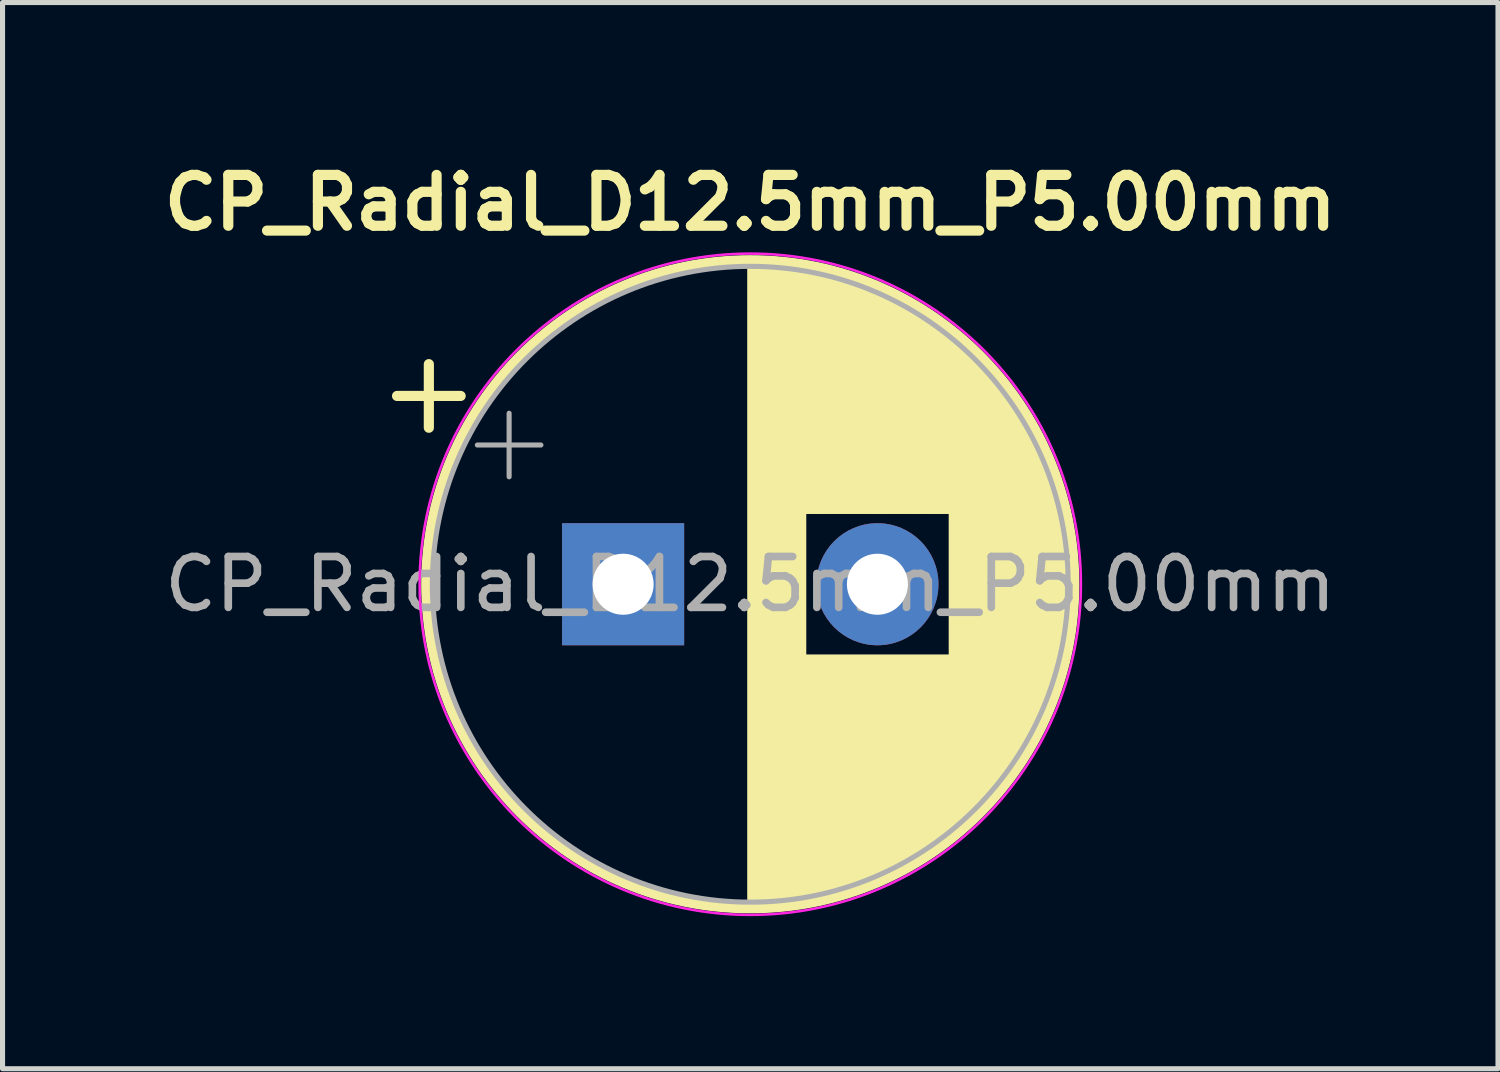
<source format=kicad_pcb>
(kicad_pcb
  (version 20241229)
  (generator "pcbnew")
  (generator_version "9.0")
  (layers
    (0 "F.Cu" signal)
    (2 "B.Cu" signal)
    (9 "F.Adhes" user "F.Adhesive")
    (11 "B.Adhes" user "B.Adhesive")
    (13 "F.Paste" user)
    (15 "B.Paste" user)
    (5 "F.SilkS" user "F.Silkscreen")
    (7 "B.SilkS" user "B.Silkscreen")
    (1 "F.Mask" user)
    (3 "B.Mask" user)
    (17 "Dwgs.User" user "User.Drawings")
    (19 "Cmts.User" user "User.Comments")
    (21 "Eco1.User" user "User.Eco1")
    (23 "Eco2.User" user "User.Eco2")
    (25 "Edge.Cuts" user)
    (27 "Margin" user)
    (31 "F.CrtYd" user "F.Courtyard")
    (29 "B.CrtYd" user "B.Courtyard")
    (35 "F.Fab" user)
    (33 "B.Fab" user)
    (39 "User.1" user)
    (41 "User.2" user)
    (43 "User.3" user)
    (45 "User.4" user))
  (footprint "CP_Radial_D12.5mm_P5.00mm"
    (layer "F.Cu")
    (at 9.2 8.436)
    (property "Reference" "CP_Radial_D12.5mm_P5.00mm" (at 2.5 -7.5 0) (layer "F.SilkS") (effects (font (size 1 1) (thickness 0.2))))
    (attr through_hole)
    (fp_line (start -4.444 -3.702) (end -3.194 -3.702) (stroke (width 0.2) (type solid)) (layer "F.SilkS"))
    (fp_line (start -3.819 -4.327) (end -3.819 -3.077) (stroke (width 0.2) (type solid)) (layer "F.SilkS"))
    (fp_line (start 2.5 -6.33) (end 2.5 6.33) (stroke (width 0.12) (type solid)) (layer "F.SilkS"))
    (fp_line (start 2.54 -6.33) (end 2.54 6.33) (stroke (width 0.12) (type solid)) (layer "F.SilkS"))
    (fp_line (start 2.58 -6.33) (end 2.58 6.33) (stroke (width 0.12) (type solid)) (layer "F.SilkS"))
    (fp_line (start 2.62 -6.329) (end 2.62 6.329) (stroke (width 0.12) (type solid)) (layer "F.SilkS"))
    (fp_line (start 2.66 -6.328) (end 2.66 6.328) (stroke (width 0.12) (type solid)) (layer "F.SilkS"))
    (fp_line (start 2.7 -6.327) (end 2.7 6.327) (stroke (width 0.12) (type solid)) (layer "F.SilkS"))
    (fp_line (start 2.74 -6.326) (end 2.74 6.326) (stroke (width 0.12) (type solid)) (layer "F.SilkS"))
    (fp_line (start 2.78 -6.324) (end 2.78 6.324) (stroke (width 0.12) (type solid)) (layer "F.SilkS"))
    (fp_line (start 2.82 -6.322) (end 2.82 6.322) (stroke (width 0.12) (type solid)) (layer "F.SilkS"))
    (fp_line (start 2.86 -6.32) (end 2.86 6.32) (stroke (width 0.12) (type solid)) (layer "F.SilkS"))
    (fp_line (start 2.9 -6.318) (end 2.9 6.318) (stroke (width 0.12) (type solid)) (layer "F.SilkS"))
    (fp_line (start 2.94 -6.315) (end 2.94 6.315) (stroke (width 0.12) (type solid)) (layer "F.SilkS"))
    (fp_line (start 2.98 -6.312) (end 2.98 6.312) (stroke (width 0.12) (type solid)) (layer "F.SilkS"))
    (fp_line (start 3.02 -6.309) (end 3.02 6.309) (stroke (width 0.12) (type solid)) (layer "F.SilkS"))
    (fp_line (start 3.06 -6.306) (end 3.06 6.306) (stroke (width 0.12) (type solid)) (layer "F.SilkS"))
    (fp_line (start 3.1 -6.302) (end 3.1 6.302) (stroke (width 0.12) (type solid)) (layer "F.SilkS"))
    (fp_line (start 3.14 -6.298) (end 3.14 6.298) (stroke (width 0.12) (type solid)) (layer "F.SilkS"))
    (fp_line (start 3.18 -6.294) (end 3.18 6.294) (stroke (width 0.12) (type solid)) (layer "F.SilkS"))
    (fp_line (start 3.221 -6.29) (end 3.221 6.29) (stroke (width 0.12) (type solid)) (layer "F.SilkS"))
    (fp_line (start 3.261 -6.285) (end 3.261 6.285) (stroke (width 0.12) (type solid)) (layer "F.SilkS"))
    (fp_line (start 3.301 -6.28) (end 3.301 6.28) (stroke (width 0.12) (type solid)) (layer "F.SilkS"))
    (fp_line (start 3.341 -6.275) (end 3.341 6.275) (stroke (width 0.12) (type solid)) (layer "F.SilkS"))
    (fp_line (start 3.381 -6.269) (end 3.381 6.269) (stroke (width 0.12) (type solid)) (layer "F.SilkS"))
    (fp_line (start 3.421 -6.264) (end 3.421 6.264) (stroke (width 0.12) (type solid)) (layer "F.SilkS"))
    (fp_line (start 3.461 -6.258) (end 3.461 6.258) (stroke (width 0.12) (type solid)) (layer "F.SilkS"))
    (fp_line (start 3.501 -6.252) (end 3.501 6.252) (stroke (width 0.12) (type solid)) (layer "F.SilkS"))
    (fp_line (start 3.541 -6.245) (end 3.541 6.245) (stroke (width 0.12) (type solid)) (layer "F.SilkS"))
    (fp_line (start 3.581 -6.238) (end 3.581 -1.44) (stroke (width 0.12) (type solid)) (layer "F.SilkS"))
    (fp_line (start 3.581 1.44) (end 3.581 6.238) (stroke (width 0.12) (type solid)) (layer "F.SilkS"))
    (fp_line (start 3.621 -6.231) (end 3.621 -1.44) (stroke (width 0.12) (type solid)) (layer "F.SilkS"))
    (fp_line (start 3.621 1.44) (end 3.621 6.231) (stroke (width 0.12) (type solid)) (layer "F.SilkS"))
    (fp_line (start 3.661 -6.224) (end 3.661 -1.44) (stroke (width 0.12) (type solid)) (layer "F.SilkS"))
    (fp_line (start 3.661 1.44) (end 3.661 6.224) (stroke (width 0.12) (type solid)) (layer "F.SilkS"))
    (fp_line (start 3.701 -6.216) (end 3.701 -1.44) (stroke (width 0.12) (type solid)) (layer "F.SilkS"))
    (fp_line (start 3.701 1.44) (end 3.701 6.216) (stroke (width 0.12) (type solid)) (layer "F.SilkS"))
    (fp_line (start 3.741 -6.209) (end 3.741 -1.44) (stroke (width 0.12) (type solid)) (layer "F.SilkS"))
    (fp_line (start 3.741 1.44) (end 3.741 6.209) (stroke (width 0.12) (type solid)) (layer "F.SilkS"))
    (fp_line (start 3.781 -6.201) (end 3.781 -1.44) (stroke (width 0.12) (type solid)) (layer "F.SilkS"))
    (fp_line (start 3.781 1.44) (end 3.781 6.201) (stroke (width 0.12) (type solid)) (layer "F.SilkS"))
    (fp_line (start 3.821 -6.192) (end 3.821 -1.44) (stroke (width 0.12) (type solid)) (layer "F.SilkS"))
    (fp_line (start 3.821 1.44) (end 3.821 6.192) (stroke (width 0.12) (type solid)) (layer "F.SilkS"))
    (fp_line (start 3.861 -6.184) (end 3.861 -1.44) (stroke (width 0.12) (type solid)) (layer "F.SilkS"))
    (fp_line (start 3.861 1.44) (end 3.861 6.184) (stroke (width 0.12) (type solid)) (layer "F.SilkS"))
    (fp_line (start 3.901 -6.175) (end 3.901 -1.44) (stroke (width 0.12) (type solid)) (layer "F.SilkS"))
    (fp_line (start 3.901 1.44) (end 3.901 6.175) (stroke (width 0.12) (type solid)) (layer "F.SilkS"))
    (fp_line (start 3.941 -6.166) (end 3.941 -1.44) (stroke (width 0.12) (type solid)) (layer "F.SilkS"))
    (fp_line (start 3.941 1.44) (end 3.941 6.166) (stroke (width 0.12) (type solid)) (layer "F.SilkS"))
    (fp_line (start 3.981 -6.156) (end 3.981 -1.44) (stroke (width 0.12) (type solid)) (layer "F.SilkS"))
    (fp_line (start 3.981 1.44) (end 3.981 6.156) (stroke (width 0.12) (type solid)) (layer "F.SilkS"))
    (fp_line (start 4.021 -6.146) (end 4.021 -1.44) (stroke (width 0.12) (type solid)) (layer "F.SilkS"))
    (fp_line (start 4.021 1.44) (end 4.021 6.146) (stroke (width 0.12) (type solid)) (layer "F.SilkS"))
    (fp_line (start 4.061 -6.137) (end 4.061 -1.44) (stroke (width 0.12) (type solid)) (layer "F.SilkS"))
    (fp_line (start 4.061 1.44) (end 4.061 6.137) (stroke (width 0.12) (type solid)) (layer "F.SilkS"))
    (fp_line (start 4.101 -6.126) (end 4.101 -1.44) (stroke (width 0.12) (type solid)) (layer "F.SilkS"))
    (fp_line (start 4.101 1.44) (end 4.101 6.126) (stroke (width 0.12) (type solid)) (layer "F.SilkS"))
    (fp_line (start 4.141 -6.116) (end 4.141 -1.44) (stroke (width 0.12) (type solid)) (layer "F.SilkS"))
    (fp_line (start 4.141 1.44) (end 4.141 6.116) (stroke (width 0.12) (type solid)) (layer "F.SilkS"))
    (fp_line (start 4.181 -6.105) (end 4.181 -1.44) (stroke (width 0.12) (type solid)) (layer "F.SilkS"))
    (fp_line (start 4.181 1.44) (end 4.181 6.105) (stroke (width 0.12) (type solid)) (layer "F.SilkS"))
    (fp_line (start 4.221 -6.094) (end 4.221 -1.44) (stroke (width 0.12) (type solid)) (layer "F.SilkS"))
    (fp_line (start 4.221 1.44) (end 4.221 6.094) (stroke (width 0.12) (type solid)) (layer "F.SilkS"))
    (fp_line (start 4.261 -6.083) (end 4.261 -1.44) (stroke (width 0.12) (type solid)) (layer "F.SilkS"))
    (fp_line (start 4.261 1.44) (end 4.261 6.083) (stroke (width 0.12) (type solid)) (layer "F.SilkS"))
    (fp_line (start 4.301 -6.071) (end 4.301 -1.44) (stroke (width 0.12) (type solid)) (layer "F.SilkS"))
    (fp_line (start 4.301 1.44) (end 4.301 6.071) (stroke (width 0.12) (type solid)) (layer "F.SilkS"))
    (fp_line (start 4.341 -6.059) (end 4.341 -1.44) (stroke (width 0.12) (type solid)) (layer "F.SilkS"))
    (fp_line (start 4.341 1.44) (end 4.341 6.059) (stroke (width 0.12) (type solid)) (layer "F.SilkS"))
    (fp_line (start 4.381 -6.047) (end 4.381 -1.44) (stroke (width 0.12) (type solid)) (layer "F.SilkS"))
    (fp_line (start 4.381 1.44) (end 4.381 6.047) (stroke (width 0.12) (type solid)) (layer "F.SilkS"))
    (fp_line (start 4.421 -6.034) (end 4.421 -1.44) (stroke (width 0.12) (type solid)) (layer "F.SilkS"))
    (fp_line (start 4.421 1.44) (end 4.421 6.034) (stroke (width 0.12) (type solid)) (layer "F.SilkS"))
    (fp_line (start 4.461 -6.021) (end 4.461 -1.44) (stroke (width 0.12) (type solid)) (layer "F.SilkS"))
    (fp_line (start 4.461 1.44) (end 4.461 6.021) (stroke (width 0.12) (type solid)) (layer "F.SilkS"))
    (fp_line (start 4.501 -6.008) (end 4.501 -1.44) (stroke (width 0.12) (type solid)) (layer "F.SilkS"))
    (fp_line (start 4.501 1.44) (end 4.501 6.008) (stroke (width 0.12) (type solid)) (layer "F.SilkS"))
    (fp_line (start 4.541 -5.995) (end 4.541 -1.44) (stroke (width 0.12) (type solid)) (layer "F.SilkS"))
    (fp_line (start 4.541 1.44) (end 4.541 5.995) (stroke (width 0.12) (type solid)) (layer "F.SilkS"))
    (fp_line (start 4.581 -5.981) (end 4.581 -1.44) (stroke (width 0.12) (type solid)) (layer "F.SilkS"))
    (fp_line (start 4.581 1.44) (end 4.581 5.981) (stroke (width 0.12) (type solid)) (layer "F.SilkS"))
    (fp_line (start 4.621 -5.967) (end 4.621 -1.44) (stroke (width 0.12) (type solid)) (layer "F.SilkS"))
    (fp_line (start 4.621 1.44) (end 4.621 5.967) (stroke (width 0.12) (type solid)) (layer "F.SilkS"))
    (fp_line (start 4.661 -5.953) (end 4.661 -1.44) (stroke (width 0.12) (type solid)) (layer "F.SilkS"))
    (fp_line (start 4.661 1.44) (end 4.661 5.953) (stroke (width 0.12) (type solid)) (layer "F.SilkS"))
    (fp_line (start 4.701 -5.939) (end 4.701 -1.44) (stroke (width 0.12) (type solid)) (layer "F.SilkS"))
    (fp_line (start 4.701 1.44) (end 4.701 5.939) (stroke (width 0.12) (type solid)) (layer "F.SilkS"))
    (fp_line (start 4.741 -5.924) (end 4.741 -1.44) (stroke (width 0.12) (type solid)) (layer "F.SilkS"))
    (fp_line (start 4.741 1.44) (end 4.741 5.924) (stroke (width 0.12) (type solid)) (layer "F.SilkS"))
    (fp_line (start 4.781 -5.908) (end 4.781 -1.44) (stroke (width 0.12) (type solid)) (layer "F.SilkS"))
    (fp_line (start 4.781 1.44) (end 4.781 5.908) (stroke (width 0.12) (type solid)) (layer "F.SilkS"))
    (fp_line (start 4.821 -5.893) (end 4.821 -1.44) (stroke (width 0.12) (type solid)) (layer "F.SilkS"))
    (fp_line (start 4.821 1.44) (end 4.821 5.893) (stroke (width 0.12) (type solid)) (layer "F.SilkS"))
    (fp_line (start 4.861 -5.877) (end 4.861 -1.44) (stroke (width 0.12) (type solid)) (layer "F.SilkS"))
    (fp_line (start 4.861 1.44) (end 4.861 5.877) (stroke (width 0.12) (type solid)) (layer "F.SilkS"))
    (fp_line (start 4.901 -5.861) (end 4.901 -1.44) (stroke (width 0.12) (type solid)) (layer "F.SilkS"))
    (fp_line (start 4.901 1.44) (end 4.901 5.861) (stroke (width 0.12) (type solid)) (layer "F.SilkS"))
    (fp_line (start 4.941 -5.845) (end 4.941 -1.44) (stroke (width 0.12) (type solid)) (layer "F.SilkS"))
    (fp_line (start 4.941 1.44) (end 4.941 5.845) (stroke (width 0.12) (type solid)) (layer "F.SilkS"))
    (fp_line (start 4.981 -5.828) (end 4.981 -1.44) (stroke (width 0.12) (type solid)) (layer "F.SilkS"))
    (fp_line (start 4.981 1.44) (end 4.981 5.828) (stroke (width 0.12) (type solid)) (layer "F.SilkS"))
    (fp_line (start 5.021 -5.811) (end 5.021 -1.44) (stroke (width 0.12) (type solid)) (layer "F.SilkS"))
    (fp_line (start 5.021 1.44) (end 5.021 5.811) (stroke (width 0.12) (type solid)) (layer "F.SilkS"))
    (fp_line (start 5.061 -5.793) (end 5.061 -1.44) (stroke (width 0.12) (type solid)) (layer "F.SilkS"))
    (fp_line (start 5.061 1.44) (end 5.061 5.793) (stroke (width 0.12) (type solid)) (layer "F.SilkS"))
    (fp_line (start 5.101 -5.776) (end 5.101 -1.44) (stroke (width 0.12) (type solid)) (layer "F.SilkS"))
    (fp_line (start 5.101 1.44) (end 5.101 5.776) (stroke (width 0.12) (type solid)) (layer "F.SilkS"))
    (fp_line (start 5.141 -5.758) (end 5.141 -1.44) (stroke (width 0.12) (type solid)) (layer "F.SilkS"))
    (fp_line (start 5.141 1.44) (end 5.141 5.758) (stroke (width 0.12) (type solid)) (layer "F.SilkS"))
    (fp_line (start 5.181 -5.739) (end 5.181 -1.44) (stroke (width 0.12) (type solid)) (layer "F.SilkS"))
    (fp_line (start 5.181 1.44) (end 5.181 5.739) (stroke (width 0.12) (type solid)) (layer "F.SilkS"))
    (fp_line (start 5.221 -5.721) (end 5.221 -1.44) (stroke (width 0.12) (type solid)) (layer "F.SilkS"))
    (fp_line (start 5.221 1.44) (end 5.221 5.721) (stroke (width 0.12) (type solid)) (layer "F.SilkS"))
    (fp_line (start 5.261 -5.702) (end 5.261 -1.44) (stroke (width 0.12) (type solid)) (layer "F.SilkS"))
    (fp_line (start 5.261 1.44) (end 5.261 5.702) (stroke (width 0.12) (type solid)) (layer "F.SilkS"))
    (fp_line (start 5.301 -5.682) (end 5.301 -1.44) (stroke (width 0.12) (type solid)) (layer "F.SilkS"))
    (fp_line (start 5.301 1.44) (end 5.301 5.682) (stroke (width 0.12) (type solid)) (layer "F.SilkS"))
    (fp_line (start 5.341 -5.662) (end 5.341 -1.44) (stroke (width 0.12) (type solid)) (layer "F.SilkS"))
    (fp_line (start 5.341 1.44) (end 5.341 5.662) (stroke (width 0.12) (type solid)) (layer "F.SilkS"))
    (fp_line (start 5.381 -5.642) (end 5.381 -1.44) (stroke (width 0.12) (type solid)) (layer "F.SilkS"))
    (fp_line (start 5.381 1.44) (end 5.381 5.642) (stroke (width 0.12) (type solid)) (layer "F.SilkS"))
    (fp_line (start 5.421 -5.622) (end 5.421 -1.44) (stroke (width 0.12) (type solid)) (layer "F.SilkS"))
    (fp_line (start 5.421 1.44) (end 5.421 5.622) (stroke (width 0.12) (type solid)) (layer "F.SilkS"))
    (fp_line (start 5.461 -5.601) (end 5.461 -1.44) (stroke (width 0.12) (type solid)) (layer "F.SilkS"))
    (fp_line (start 5.461 1.44) (end 5.461 5.601) (stroke (width 0.12) (type solid)) (layer "F.SilkS"))
    (fp_line (start 5.501 -5.58) (end 5.501 -1.44) (stroke (width 0.12) (type solid)) (layer "F.SilkS"))
    (fp_line (start 5.501 1.44) (end 5.501 5.58) (stroke (width 0.12) (type solid)) (layer "F.SilkS"))
    (fp_line (start 5.541 -5.558) (end 5.541 -1.44) (stroke (width 0.12) (type solid)) (layer "F.SilkS"))
    (fp_line (start 5.541 1.44) (end 5.541 5.558) (stroke (width 0.12) (type solid)) (layer "F.SilkS"))
    (fp_line (start 5.581 -5.536) (end 5.581 -1.44) (stroke (width 0.12) (type solid)) (layer "F.SilkS"))
    (fp_line (start 5.581 1.44) (end 5.581 5.536) (stroke (width 0.12) (type solid)) (layer "F.SilkS"))
    (fp_line (start 5.621 -5.514) (end 5.621 -1.44) (stroke (width 0.12) (type solid)) (layer "F.SilkS"))
    (fp_line (start 5.621 1.44) (end 5.621 5.514) (stroke (width 0.12) (type solid)) (layer "F.SilkS"))
    (fp_line (start 5.661 -5.491) (end 5.661 -1.44) (stroke (width 0.12) (type solid)) (layer "F.SilkS"))
    (fp_line (start 5.661 1.44) (end 5.661 5.491) (stroke (width 0.12) (type solid)) (layer "F.SilkS"))
    (fp_line (start 5.701 -5.468) (end 5.701 -1.44) (stroke (width 0.12) (type solid)) (layer "F.SilkS"))
    (fp_line (start 5.701 1.44) (end 5.701 5.468) (stroke (width 0.12) (type solid)) (layer "F.SilkS"))
    (fp_line (start 5.741 -5.445) (end 5.741 -1.44) (stroke (width 0.12) (type solid)) (layer "F.SilkS"))
    (fp_line (start 5.741 1.44) (end 5.741 5.445) (stroke (width 0.12) (type solid)) (layer "F.SilkS"))
    (fp_line (start 5.781 -5.421) (end 5.781 -1.44) (stroke (width 0.12) (type solid)) (layer "F.SilkS"))
    (fp_line (start 5.781 1.44) (end 5.781 5.421) (stroke (width 0.12) (type solid)) (layer "F.SilkS"))
    (fp_line (start 5.821 -5.397) (end 5.821 -1.44) (stroke (width 0.12) (type solid)) (layer "F.SilkS"))
    (fp_line (start 5.821 1.44) (end 5.821 5.397) (stroke (width 0.12) (type solid)) (layer "F.SilkS"))
    (fp_line (start 5.861 -5.372) (end 5.861 -1.44) (stroke (width 0.12) (type solid)) (layer "F.SilkS"))
    (fp_line (start 5.861 1.44) (end 5.861 5.372) (stroke (width 0.12) (type solid)) (layer "F.SilkS"))
    (fp_line (start 5.901 -5.347) (end 5.901 -1.44) (stroke (width 0.12) (type solid)) (layer "F.SilkS"))
    (fp_line (start 5.901 1.44) (end 5.901 5.347) (stroke (width 0.12) (type solid)) (layer "F.SilkS"))
    (fp_line (start 5.941 -5.322) (end 5.941 -1.44) (stroke (width 0.12) (type solid)) (layer "F.SilkS"))
    (fp_line (start 5.941 1.44) (end 5.941 5.322) (stroke (width 0.12) (type solid)) (layer "F.SilkS"))
    (fp_line (start 5.981 -5.296) (end 5.981 -1.44) (stroke (width 0.12) (type solid)) (layer "F.SilkS"))
    (fp_line (start 5.981 1.44) (end 5.981 5.296) (stroke (width 0.12) (type solid)) (layer "F.SilkS"))
    (fp_line (start 6.021 -5.27) (end 6.021 -1.44) (stroke (width 0.12) (type solid)) (layer "F.SilkS"))
    (fp_line (start 6.021 1.44) (end 6.021 5.27) (stroke (width 0.12) (type solid)) (layer "F.SilkS"))
    (fp_line (start 6.061 -5.243) (end 6.061 -1.44) (stroke (width 0.12) (type solid)) (layer "F.SilkS"))
    (fp_line (start 6.061 1.44) (end 6.061 5.243) (stroke (width 0.12) (type solid)) (layer "F.SilkS"))
    (fp_line (start 6.101 -5.216) (end 6.101 -1.44) (stroke (width 0.12) (type solid)) (layer "F.SilkS"))
    (fp_line (start 6.101 1.44) (end 6.101 5.216) (stroke (width 0.12) (type solid)) (layer "F.SilkS"))
    (fp_line (start 6.141 -5.188) (end 6.141 -1.44) (stroke (width 0.12) (type solid)) (layer "F.SilkS"))
    (fp_line (start 6.141 1.44) (end 6.141 5.188) (stroke (width 0.12) (type solid)) (layer "F.SilkS"))
    (fp_line (start 6.181 -5.16) (end 6.181 -1.44) (stroke (width 0.12) (type solid)) (layer "F.SilkS"))
    (fp_line (start 6.181 1.44) (end 6.181 5.16) (stroke (width 0.12) (type solid)) (layer "F.SilkS"))
    (fp_line (start 6.221 -5.131) (end 6.221 -1.44) (stroke (width 0.12) (type solid)) (layer "F.SilkS"))
    (fp_line (start 6.221 1.44) (end 6.221 5.131) (stroke (width 0.12) (type solid)) (layer "F.SilkS"))
    (fp_line (start 6.261 -5.102) (end 6.261 -1.44) (stroke (width 0.12) (type solid)) (layer "F.SilkS"))
    (fp_line (start 6.261 1.44) (end 6.261 5.102) (stroke (width 0.12) (type solid)) (layer "F.SilkS"))
    (fp_line (start 6.301 -5.073) (end 6.301 -1.44) (stroke (width 0.12) (type solid)) (layer "F.SilkS"))
    (fp_line (start 6.301 1.44) (end 6.301 5.073) (stroke (width 0.12) (type solid)) (layer "F.SilkS"))
    (fp_line (start 6.341 -5.043) (end 6.341 -1.44) (stroke (width 0.12) (type solid)) (layer "F.SilkS"))
    (fp_line (start 6.341 1.44) (end 6.341 5.043) (stroke (width 0.12) (type solid)) (layer "F.SilkS"))
    (fp_line (start 6.381 -5.012) (end 6.381 -1.44) (stroke (width 0.12) (type solid)) (layer "F.SilkS"))
    (fp_line (start 6.381 1.44) (end 6.381 5.012) (stroke (width 0.12) (type solid)) (layer "F.SilkS"))
    (fp_line (start 6.421 -4.982) (end 6.421 -1.44) (stroke (width 0.12) (type solid)) (layer "F.SilkS"))
    (fp_line (start 6.421 1.44) (end 6.421 4.982) (stroke (width 0.12) (type solid)) (layer "F.SilkS"))
    (fp_line (start 6.461 -4.95) (end 6.461 4.95) (stroke (width 0.12) (type solid)) (layer "F.SilkS"))
    (fp_line (start 6.501 -4.918) (end 6.501 4.918) (stroke (width 0.12) (type solid)) (layer "F.SilkS"))
    (fp_line (start 6.541 -4.885) (end 6.541 4.885) (stroke (width 0.12) (type solid)) (layer "F.SilkS"))
    (fp_line (start 6.581 -4.852) (end 6.581 4.852) (stroke (width 0.12) (type solid)) (layer "F.SilkS"))
    (fp_line (start 6.621 -4.819) (end 6.621 4.819) (stroke (width 0.12) (type solid)) (layer "F.SilkS"))
    (fp_line (start 6.661 -4.785) (end 6.661 4.785) (stroke (width 0.12) (type solid)) (layer "F.SilkS"))
    (fp_line (start 6.701 -4.75) (end 6.701 4.75) (stroke (width 0.12) (type solid)) (layer "F.SilkS"))
    (fp_line (start 6.741 -4.714) (end 6.741 4.714) (stroke (width 0.12) (type solid)) (layer "F.SilkS"))
    (fp_line (start 6.781 -4.678) (end 6.781 4.678) (stroke (width 0.12) (type solid)) (layer "F.SilkS"))
    (fp_line (start 6.821 -4.642) (end 6.821 4.642) (stroke (width 0.12) (type solid)) (layer "F.SilkS"))
    (fp_line (start 6.861 -4.605) (end 6.861 4.605) (stroke (width 0.12) (type solid)) (layer "F.SilkS"))
    (fp_line (start 6.901 -4.567) (end 6.901 4.567) (stroke (width 0.12) (type solid)) (layer "F.SilkS"))
    (fp_line (start 6.941 -4.528) (end 6.941 4.528) (stroke (width 0.12) (type solid)) (layer "F.SilkS"))
    (fp_line (start 6.981 -4.489) (end 6.981 4.489) (stroke (width 0.12) (type solid)) (layer "F.SilkS"))
    (fp_line (start 7.021 -4.449) (end 7.021 4.449) (stroke (width 0.12) (type solid)) (layer "F.SilkS"))
    (fp_line (start 7.061 -4.408) (end 7.061 4.408) (stroke (width 0.12) (type solid)) (layer "F.SilkS"))
    (fp_line (start 7.101 -4.367) (end 7.101 4.367) (stroke (width 0.12) (type solid)) (layer "F.SilkS"))
    (fp_line (start 7.141 -4.325) (end 7.141 4.325) (stroke (width 0.12) (type solid)) (layer "F.SilkS"))
    (fp_line (start 7.181 -4.282) (end 7.181 4.282) (stroke (width 0.12) (type solid)) (layer "F.SilkS"))
    (fp_line (start 7.221 -4.238) (end 7.221 4.238) (stroke (width 0.12) (type solid)) (layer "F.SilkS"))
    (fp_line (start 7.261 -4.194) (end 7.261 4.194) (stroke (width 0.12) (type solid)) (layer "F.SilkS"))
    (fp_line (start 7.301 -4.148) (end 7.301 4.148) (stroke (width 0.12) (type solid)) (layer "F.SilkS"))
    (fp_line (start 7.341 -4.102) (end 7.341 4.102) (stroke (width 0.12) (type solid)) (layer "F.SilkS"))
    (fp_line (start 7.381 -4.055) (end 7.381 4.055) (stroke (width 0.12) (type solid)) (layer "F.SilkS"))
    (fp_line (start 7.421 -4.007) (end 7.421 4.007) (stroke (width 0.12) (type solid)) (layer "F.SilkS"))
    (fp_line (start 7.461 -3.957) (end 7.461 3.957) (stroke (width 0.12) (type solid)) (layer "F.SilkS"))
    (fp_line (start 7.501 -3.907) (end 7.501 3.907) (stroke (width 0.12) (type solid)) (layer "F.SilkS"))
    (fp_line (start 7.541 -3.856) (end 7.541 3.856) (stroke (width 0.12) (type solid)) (layer "F.SilkS"))
    (fp_line (start 7.581 -3.804) (end 7.581 3.804) (stroke (width 0.12) (type solid)) (layer "F.SilkS"))
    (fp_line (start 7.621 -3.75) (end 7.621 3.75) (stroke (width 0.12) (type solid)) (layer "F.SilkS"))
    (fp_line (start 7.661 -3.696) (end 7.661 3.696) (stroke (width 0.12) (type solid)) (layer "F.SilkS"))
    (fp_line (start 7.701 -3.64) (end 7.701 3.64) (stroke (width 0.12) (type solid)) (layer "F.SilkS"))
    (fp_line (start 7.741 -3.583) (end 7.741 3.583) (stroke (width 0.12) (type solid)) (layer "F.SilkS"))
    (fp_line (start 7.781 -3.524) (end 7.781 3.524) (stroke (width 0.12) (type solid)) (layer "F.SilkS"))
    (fp_line (start 7.821 -3.464) (end 7.821 3.464) (stroke (width 0.12) (type solid)) (layer "F.SilkS"))
    (fp_line (start 7.861 -3.402) (end 7.861 3.402) (stroke (width 0.12) (type solid)) (layer "F.SilkS"))
    (fp_line (start 7.901 -3.339) (end 7.901 3.339) (stroke (width 0.12) (type solid)) (layer "F.SilkS"))
    (fp_line (start 7.941 -3.275) (end 7.941 3.275) (stroke (width 0.12) (type solid)) (layer "F.SilkS"))
    (fp_line (start 7.981 -3.208) (end 7.981 3.208) (stroke (width 0.12) (type solid)) (layer "F.SilkS"))
    (fp_line (start 8.021 -3.14) (end 8.021 3.14) (stroke (width 0.12) (type solid)) (layer "F.SilkS"))
    (fp_line (start 8.061 -3.069) (end 8.061 3.069) (stroke (width 0.12) (type solid)) (layer "F.SilkS"))
    (fp_line (start 8.101 -2.996) (end 8.101 2.996) (stroke (width 0.12) (type solid)) (layer "F.SilkS"))
    (fp_line (start 8.141 -2.921) (end 8.141 2.921) (stroke (width 0.12) (type solid)) (layer "F.SilkS"))
    (fp_line (start 8.181 -2.844) (end 8.181 2.844) (stroke (width 0.12) (type solid)) (layer "F.SilkS"))
    (fp_line (start 8.221 -2.764) (end 8.221 2.764) (stroke (width 0.12) (type solid)) (layer "F.SilkS"))
    (fp_line (start 8.261 -2.681) (end 8.261 2.681) (stroke (width 0.12) (type solid)) (layer "F.SilkS"))
    (fp_line (start 8.301 -2.594) (end 8.301 2.594) (stroke (width 0.12) (type solid)) (layer "F.SilkS"))
    (fp_line (start 8.341 -2.504) (end 8.341 2.504) (stroke (width 0.12) (type solid)) (layer "F.SilkS"))
    (fp_line (start 8.381 -2.41) (end 8.381 2.41) (stroke (width 0.12) (type solid)) (layer "F.SilkS"))
    (fp_line (start 8.421 -2.312) (end 8.421 2.312) (stroke (width 0.12) (type solid)) (layer "F.SilkS"))
    (fp_line (start 8.461 -2.209) (end 8.461 2.209) (stroke (width 0.12) (type solid)) (layer "F.SilkS"))
    (fp_line (start 8.501 -2.1) (end 8.501 2.1) (stroke (width 0.12) (type solid)) (layer "F.SilkS"))
    (fp_line (start 8.541 -1.984) (end 8.541 1.984) (stroke (width 0.12) (type solid)) (layer "F.SilkS"))
    (fp_line (start 8.581 -1.861) (end 8.581 1.861) (stroke (width 0.12) (type solid)) (layer "F.SilkS"))
    (fp_line (start 8.621 -1.728) (end 8.621 1.728) (stroke (width 0.12) (type solid)) (layer "F.SilkS"))
    (fp_line (start 8.661 -1.583) (end 8.661 1.583) (stroke (width 0.12) (type solid)) (layer "F.SilkS"))
    (fp_line (start 8.701 -1.422) (end 8.701 1.422) (stroke (width 0.12) (type solid)) (layer "F.SilkS"))
    (fp_line (start 8.741 -1.241) (end 8.741 1.241) (stroke (width 0.12) (type solid)) (layer "F.SilkS"))
    (fp_line (start 8.781 -1.028) (end 8.781 1.028) (stroke (width 0.12) (type solid)) (layer "F.SilkS"))
    (fp_line (start 8.821 -0.757) (end 8.821 0.757) (stroke (width 0.12) (type solid)) (layer "F.SilkS"))
    (fp_line (start 8.861 -0.317) (end 8.861 0.317) (stroke (width 0.12) (type solid)) (layer "F.SilkS"))
    (fp_circle (center 2.5 0) (end 8.87 0) (stroke (width 0.2) (type solid)) (fill no) (layer "F.SilkS"))
    (fp_circle (center 2.5 0) (end 9 0) (stroke (width 0.05) (type solid)) (fill no) (layer "F.CrtYd"))
    (fp_line (start -2.866 -2.737) (end -1.616 -2.737) (stroke (width 0.1) (type solid)) (layer "F.Fab"))
    (fp_line (start -2.241 -3.362) (end -2.241 -2.112) (stroke (width 0.1) (type solid)) (layer "F.Fab"))
    (fp_circle (center 2.5 0) (end 8.75 0) (stroke (width 0.1) (type solid)) (fill no) (layer "F.Fab"))
    (fp_text user "${REFERENCE}" (at 2.5 0 0) (layer "F.Fab") (effects (font (size 1 1) (thickness 0.15))))
    (pad "1" thru_hole rect (at 0 0) (size 2.4 2.4) (drill 1.2) (layers "*.Cu" "*.Mask"))
    (pad "2" thru_hole circle (at 5 0) (size 2.4 2.4) (drill 1.2) (layers "*.Cu" "*.Mask")))
  (gr_rect
    (start -3 -3)
    (end 26.4 17.961)
    (stroke (width 0.1) (type default))
    (fill no)
    (layer "Edge.Cuts")))
</source>
